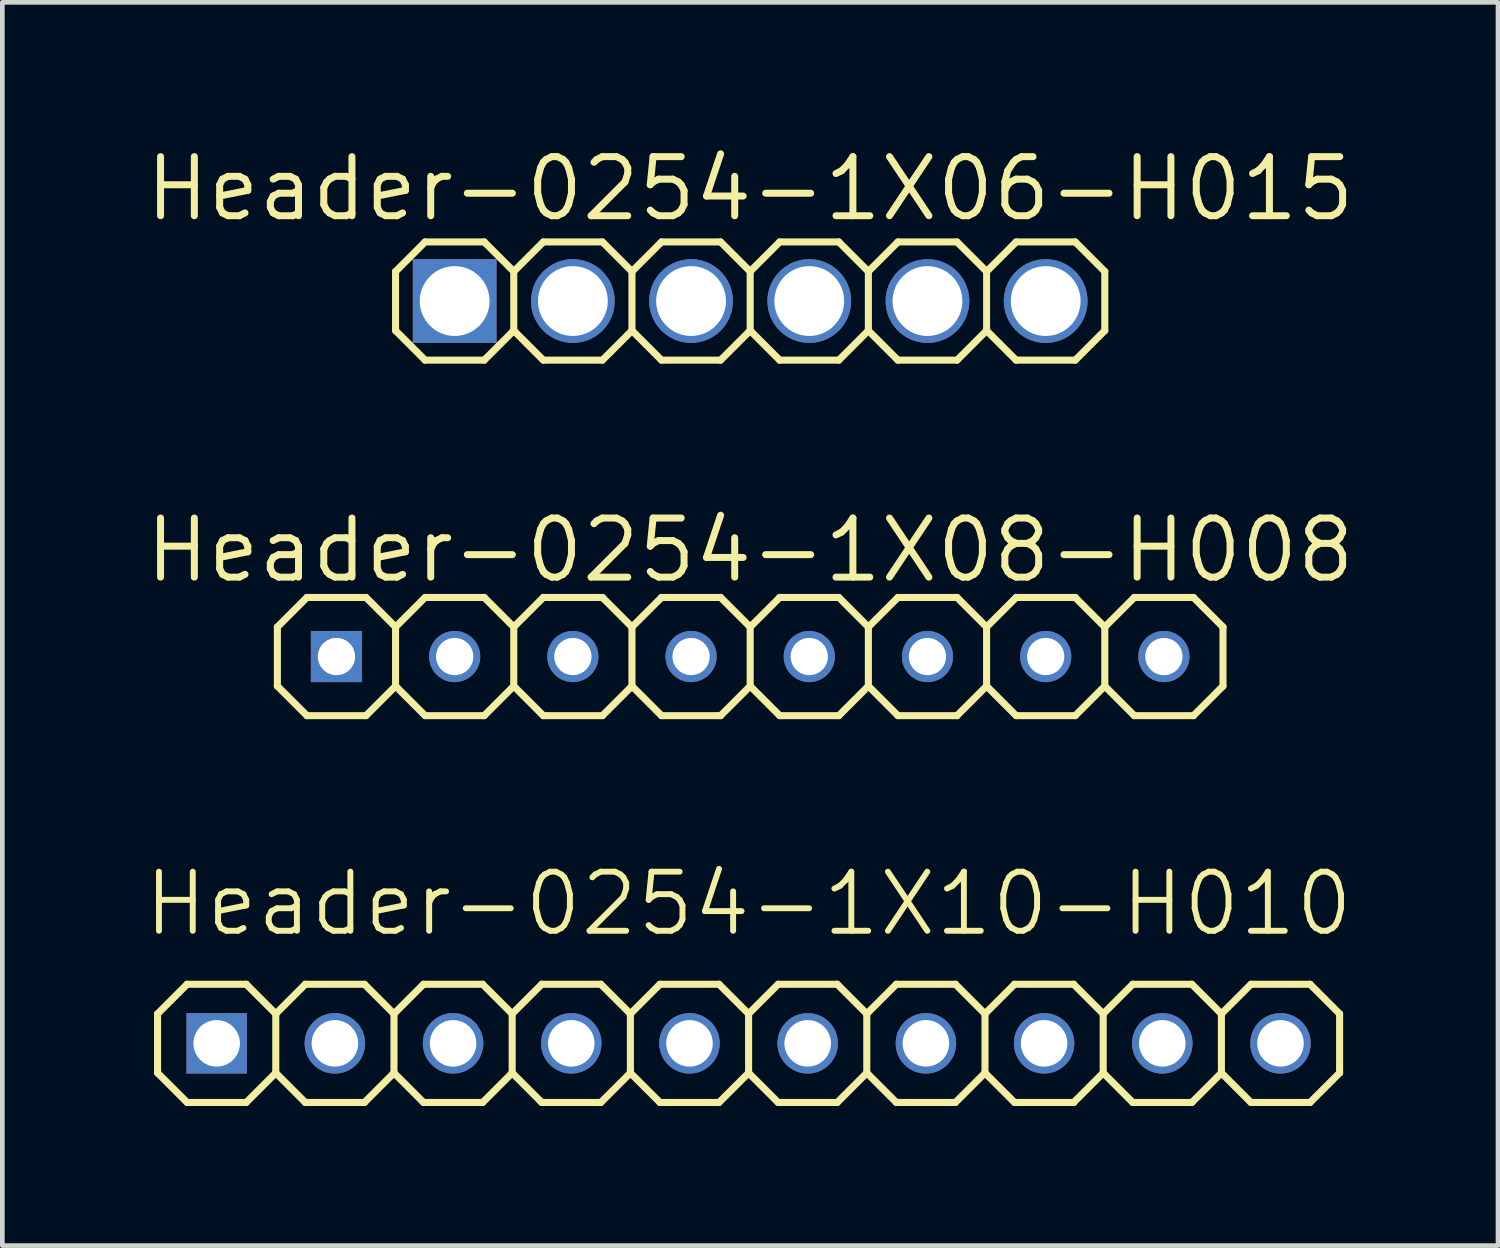
<source format=kicad_pcb>
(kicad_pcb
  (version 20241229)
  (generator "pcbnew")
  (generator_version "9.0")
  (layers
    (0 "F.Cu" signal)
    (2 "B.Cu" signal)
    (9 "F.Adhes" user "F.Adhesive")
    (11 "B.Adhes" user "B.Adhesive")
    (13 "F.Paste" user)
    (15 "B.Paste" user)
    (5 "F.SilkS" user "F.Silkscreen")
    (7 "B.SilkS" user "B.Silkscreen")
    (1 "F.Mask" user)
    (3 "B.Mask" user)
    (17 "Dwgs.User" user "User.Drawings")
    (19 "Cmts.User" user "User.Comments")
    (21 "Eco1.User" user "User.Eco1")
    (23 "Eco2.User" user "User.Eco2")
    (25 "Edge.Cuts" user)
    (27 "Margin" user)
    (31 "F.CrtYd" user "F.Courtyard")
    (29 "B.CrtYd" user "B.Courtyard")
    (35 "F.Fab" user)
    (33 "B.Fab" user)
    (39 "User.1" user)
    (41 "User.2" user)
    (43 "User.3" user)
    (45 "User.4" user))
  (footprint "Header-0254-1X08-H008"
    (layer "F.Cu")
    (at 13.07 11.058)
    (property "Reference" "Header-0254-1X08-H008" (at 0 -2.286 0) (layer "F.SilkS") (effects (font (size 1.27 1.27) (thickness 0.15))))
    (attr exclude_from_pos_files exclude_from_bom)
    (fp_line (start -10.16 -0.635) (end -10.16 0.635) (stroke (width 0.152) (type solid)) (layer "F.SilkS"))
    (fp_line (start -10.16 0.635) (end -9.525 1.27) (stroke (width 0.152) (type solid)) (layer "F.SilkS"))
    (fp_line (start -9.525 -1.27) (end -10.16 -0.635) (stroke (width 0.152) (type solid)) (layer "F.SilkS"))
    (fp_line (start -9.525 -1.27) (end -8.255 -1.27) (stroke (width 0.152) (type solid)) (layer "F.SilkS"))
    (fp_line (start -8.255 -1.27) (end -7.62 -0.635) (stroke (width 0.152) (type solid)) (layer "F.SilkS"))
    (fp_line (start -8.255 1.27) (end -9.525 1.27) (stroke (width 0.152) (type solid)) (layer "F.SilkS"))
    (fp_line (start -7.62 -0.635) (end -7.62 0.635) (stroke (width 0.152) (type solid)) (layer "F.SilkS"))
    (fp_line (start -7.62 -0.635) (end -6.985 -1.27) (stroke (width 0.152) (type solid)) (layer "F.SilkS"))
    (fp_line (start -7.62 0.635) (end -8.255 1.27) (stroke (width 0.152) (type solid)) (layer "F.SilkS"))
    (fp_line (start -6.985 -1.27) (end -5.715 -1.27) (stroke (width 0.152) (type solid)) (layer "F.SilkS"))
    (fp_line (start -6.985 1.27) (end -7.62 0.635) (stroke (width 0.152) (type solid)) (layer "F.SilkS"))
    (fp_line (start -5.715 -1.27) (end -5.08 -0.635) (stroke (width 0.152) (type solid)) (layer "F.SilkS"))
    (fp_line (start -5.715 1.27) (end -6.985 1.27) (stroke (width 0.152) (type solid)) (layer "F.SilkS"))
    (fp_line (start -5.08 -0.635) (end -5.08 0.635) (stroke (width 0.152) (type solid)) (layer "F.SilkS"))
    (fp_line (start -5.08 -0.635) (end -4.445 -1.27) (stroke (width 0.152) (type solid)) (layer "F.SilkS"))
    (fp_line (start -5.08 0.635) (end -5.715 1.27) (stroke (width 0.152) (type solid)) (layer "F.SilkS"))
    (fp_line (start -4.445 -1.27) (end -3.175 -1.27) (stroke (width 0.152) (type solid)) (layer "F.SilkS"))
    (fp_line (start -4.445 1.27) (end -5.08 0.635) (stroke (width 0.152) (type solid)) (layer "F.SilkS"))
    (fp_line (start -3.175 -1.27) (end -2.54 -0.635) (stroke (width 0.152) (type solid)) (layer "F.SilkS"))
    (fp_line (start -3.175 1.27) (end -4.445 1.27) (stroke (width 0.152) (type solid)) (layer "F.SilkS"))
    (fp_line (start -2.54 -0.635) (end -2.54 0.635) (stroke (width 0.152) (type solid)) (layer "F.SilkS"))
    (fp_line (start -2.54 0.635) (end -3.175 1.27) (stroke (width 0.152) (type solid)) (layer "F.SilkS"))
    (fp_line (start -2.54 0.635) (end -1.905 1.27) (stroke (width 0.152) (type solid)) (layer "F.SilkS"))
    (fp_line (start -1.905 -1.27) (end -2.54 -0.635) (stroke (width 0.152) (type solid)) (layer "F.SilkS"))
    (fp_line (start -1.905 -1.27) (end -0.635 -1.27) (stroke (width 0.152) (type solid)) (layer "F.SilkS"))
    (fp_line (start -0.635 -1.27) (end 0 -0.635) (stroke (width 0.152) (type solid)) (layer "F.SilkS"))
    (fp_line (start -0.635 1.27) (end -1.905 1.27) (stroke (width 0.152) (type solid)) (layer "F.SilkS"))
    (fp_line (start 0 -0.635) (end 0 0.635) (stroke (width 0.152) (type solid)) (layer "F.SilkS"))
    (fp_line (start 0 -0.635) (end 0.635 -1.27) (stroke (width 0.152) (type solid)) (layer "F.SilkS"))
    (fp_line (start 0 0.635) (end -0.635 1.27) (stroke (width 0.152) (type solid)) (layer "F.SilkS"))
    (fp_line (start 0.635 -1.27) (end 1.905 -1.27) (stroke (width 0.152) (type solid)) (layer "F.SilkS"))
    (fp_line (start 0.635 1.27) (end 0 0.635) (stroke (width 0.152) (type solid)) (layer "F.SilkS"))
    (fp_line (start 1.905 -1.27) (end 2.54 -0.635) (stroke (width 0.152) (type solid)) (layer "F.SilkS"))
    (fp_line (start 1.905 1.27) (end 0.635 1.27) (stroke (width 0.152) (type solid)) (layer "F.SilkS"))
    (fp_line (start 2.54 -0.635) (end 2.54 0.635) (stroke (width 0.152) (type solid)) (layer "F.SilkS"))
    (fp_line (start 2.54 -0.635) (end 3.175 -1.27) (stroke (width 0.152) (type solid)) (layer "F.SilkS"))
    (fp_line (start 2.54 0.635) (end 1.905 1.27) (stroke (width 0.152) (type solid)) (layer "F.SilkS"))
    (fp_line (start 3.175 -1.27) (end 4.445 -1.27) (stroke (width 0.152) (type solid)) (layer "F.SilkS"))
    (fp_line (start 3.175 1.27) (end 2.54 0.635) (stroke (width 0.152) (type solid)) (layer "F.SilkS"))
    (fp_line (start 4.445 -1.27) (end 5.08 -0.635) (stroke (width 0.152) (type solid)) (layer "F.SilkS"))
    (fp_line (start 4.445 1.27) (end 3.175 1.27) (stroke (width 0.152) (type solid)) (layer "F.SilkS"))
    (fp_line (start 5.08 -0.635) (end 5.08 0.635) (stroke (width 0.152) (type solid)) (layer "F.SilkS"))
    (fp_line (start 5.08 0.635) (end 4.445 1.27) (stroke (width 0.152) (type solid)) (layer "F.SilkS"))
    (fp_line (start 5.08 0.635) (end 5.715 1.27) (stroke (width 0.152) (type solid)) (layer "F.SilkS"))
    (fp_line (start 5.715 -1.27) (end 5.08 -0.635) (stroke (width 0.152) (type solid)) (layer "F.SilkS"))
    (fp_line (start 5.715 -1.27) (end 6.985 -1.27) (stroke (width 0.152) (type solid)) (layer "F.SilkS"))
    (fp_line (start 6.985 -1.27) (end 7.62 -0.635) (stroke (width 0.152) (type solid)) (layer "F.SilkS"))
    (fp_line (start 6.985 1.27) (end 5.715 1.27) (stroke (width 0.152) (type solid)) (layer "F.SilkS"))
    (fp_line (start 7.62 -0.635) (end 7.62 0.635) (stroke (width 0.152) (type solid)) (layer "F.SilkS"))
    (fp_line (start 7.62 0.635) (end 6.985 1.27) (stroke (width 0.152) (type solid)) (layer "F.SilkS"))
    (fp_line (start 7.62 0.635) (end 8.255 1.27) (stroke (width 0.152) (type solid)) (layer "F.SilkS"))
    (fp_line (start 8.255 -1.27) (end 7.62 -0.635) (stroke (width 0.152) (type solid)) (layer "F.SilkS"))
    (fp_line (start 8.255 -1.27) (end 9.525 -1.27) (stroke (width 0.152) (type solid)) (layer "F.SilkS"))
    (fp_line (start 9.525 -1.27) (end 10.16 -0.635) (stroke (width 0.152) (type solid)) (layer "F.SilkS"))
    (fp_line (start 9.525 1.27) (end 8.255 1.27) (stroke (width 0.152) (type solid)) (layer "F.SilkS"))
    (fp_line (start 10.16 -0.635) (end 10.16 0.635) (stroke (width 0.152) (type solid)) (layer "F.SilkS"))
    (fp_line (start 10.16 0.635) (end 9.525 1.27) (stroke (width 0.152) (type solid)) (layer "F.SilkS"))
    (pad "1" thru_hole rect (at -8.89 0 180) (size 1.1 1.1) (drill 0.8) (layers "*.Cu" "*.Mask"))
    (pad "2" thru_hole circle (at -6.35 0 180) (size 1.1 1.1) (drill 0.8) (layers "*.Cu" "*.Mask"))
    (pad "3" thru_hole circle (at -3.81 0 180) (size 1.1 1.1) (drill 0.8) (layers "*.Cu" "*.Mask"))
    (pad "4" thru_hole circle (at -1.27 0 180) (size 1.1 1.1) (drill 0.8) (layers "*.Cu" "*.Mask"))
    (pad "5" thru_hole circle (at 1.27 0 180) (size 1.1 1.1) (drill 0.8) (layers "*.Cu" "*.Mask"))
    (pad "6" thru_hole circle (at 3.81 0 180) (size 1.1 1.1) (drill 0.8) (layers "*.Cu" "*.Mask"))
    (pad "7" thru_hole circle (at 6.35 0 180) (size 1.1 1.1) (drill 0.8) (layers "*.Cu" "*.Mask"))
    (pad "8" thru_hole circle (at 8.89 0 180) (size 1.1 1.1) (drill 0.8) (layers "*.Cu" "*.Mask")))
  (footprint "Header-0254-1X10-H010"
    (layer "F.Cu")
    (at 13.036 19.37)
    (property "Reference" "Header-0254-1X10-H010" (at 0 -3 0) (layer "F.SilkS") (effects (font (size 1.27 1.27) (thickness 0.127))))
    (attr exclude_from_pos_files exclude_from_bom)
    (fp_line (start -12.7 -0.635) (end -12.7 0.635) (stroke (width 0.152) (type solid)) (layer "F.SilkS"))
    (fp_line (start -12.7 0.635) (end -12.065 1.27) (stroke (width 0.152) (type solid)) (layer "F.SilkS"))
    (fp_line (start -12.065 -1.27) (end -12.7 -0.635) (stroke (width 0.152) (type solid)) (layer "F.SilkS"))
    (fp_line (start -12.065 -1.27) (end -10.795 -1.27) (stroke (width 0.152) (type solid)) (layer "F.SilkS"))
    (fp_line (start -10.795 -1.27) (end -10.16 -0.635) (stroke (width 0.152) (type solid)) (layer "F.SilkS"))
    (fp_line (start -10.795 1.27) (end -12.065 1.27) (stroke (width 0.152) (type solid)) (layer "F.SilkS"))
    (fp_line (start -10.16 -0.635) (end -10.16 0.635) (stroke (width 0.152) (type solid)) (layer "F.SilkS"))
    (fp_line (start -10.16 -0.635) (end -9.525 -1.27) (stroke (width 0.152) (type solid)) (layer "F.SilkS"))
    (fp_line (start -10.16 0.635) (end -10.795 1.27) (stroke (width 0.152) (type solid)) (layer "F.SilkS"))
    (fp_line (start -9.525 -1.27) (end -8.255 -1.27) (stroke (width 0.152) (type solid)) (layer "F.SilkS"))
    (fp_line (start -9.525 1.27) (end -10.16 0.635) (stroke (width 0.152) (type solid)) (layer "F.SilkS"))
    (fp_line (start -8.255 -1.27) (end -7.62 -0.635) (stroke (width 0.152) (type solid)) (layer "F.SilkS"))
    (fp_line (start -8.255 1.27) (end -9.525 1.27) (stroke (width 0.152) (type solid)) (layer "F.SilkS"))
    (fp_line (start -7.62 -0.635) (end -7.62 0.635) (stroke (width 0.152) (type solid)) (layer "F.SilkS"))
    (fp_line (start -7.62 -0.635) (end -6.985 -1.27) (stroke (width 0.152) (type solid)) (layer "F.SilkS"))
    (fp_line (start -7.62 0.635) (end -8.255 1.27) (stroke (width 0.152) (type solid)) (layer "F.SilkS"))
    (fp_line (start -6.985 -1.27) (end -5.715 -1.27) (stroke (width 0.152) (type solid)) (layer "F.SilkS"))
    (fp_line (start -6.985 1.27) (end -7.62 0.635) (stroke (width 0.152) (type solid)) (layer "F.SilkS"))
    (fp_line (start -5.715 -1.27) (end -5.08 -0.635) (stroke (width 0.152) (type solid)) (layer "F.SilkS"))
    (fp_line (start -5.715 1.27) (end -6.985 1.27) (stroke (width 0.152) (type solid)) (layer "F.SilkS"))
    (fp_line (start -5.08 -0.635) (end -5.08 0.635) (stroke (width 0.152) (type solid)) (layer "F.SilkS"))
    (fp_line (start -5.08 0.635) (end -5.715 1.27) (stroke (width 0.152) (type solid)) (layer "F.SilkS"))
    (fp_line (start -5.08 0.635) (end -4.445 1.27) (stroke (width 0.152) (type solid)) (layer "F.SilkS"))
    (fp_line (start -4.445 -1.27) (end -5.08 -0.635) (stroke (width 0.152) (type solid)) (layer "F.SilkS"))
    (fp_line (start -4.445 -1.27) (end -3.175 -1.27) (stroke (width 0.152) (type solid)) (layer "F.SilkS"))
    (fp_line (start -3.175 -1.27) (end -2.54 -0.635) (stroke (width 0.152) (type solid)) (layer "F.SilkS"))
    (fp_line (start -3.175 1.27) (end -4.445 1.27) (stroke (width 0.152) (type solid)) (layer "F.SilkS"))
    (fp_line (start -2.54 -0.635) (end -2.54 0.635) (stroke (width 0.152) (type solid)) (layer "F.SilkS"))
    (fp_line (start -2.54 -0.635) (end -1.905 -1.27) (stroke (width 0.152) (type solid)) (layer "F.SilkS"))
    (fp_line (start -2.54 0.635) (end -3.175 1.27) (stroke (width 0.152) (type solid)) (layer "F.SilkS"))
    (fp_line (start -1.905 -1.27) (end -0.635 -1.27) (stroke (width 0.152) (type solid)) (layer "F.SilkS"))
    (fp_line (start -1.905 1.27) (end -2.54 0.635) (stroke (width 0.152) (type solid)) (layer "F.SilkS"))
    (fp_line (start -0.635 -1.27) (end 0 -0.635) (stroke (width 0.152) (type solid)) (layer "F.SilkS"))
    (fp_line (start -0.635 1.27) (end -1.905 1.27) (stroke (width 0.152) (type solid)) (layer "F.SilkS"))
    (fp_line (start 0 -0.635) (end 0 0.635) (stroke (width 0.152) (type solid)) (layer "F.SilkS"))
    (fp_line (start 0 -0.635) (end 0.635 -1.27) (stroke (width 0.152) (type solid)) (layer "F.SilkS"))
    (fp_line (start 0 0.635) (end -0.635 1.27) (stroke (width 0.152) (type solid)) (layer "F.SilkS"))
    (fp_line (start 0.635 -1.27) (end 1.905 -1.27) (stroke (width 0.152) (type solid)) (layer "F.SilkS"))
    (fp_line (start 0.635 1.27) (end 0 0.635) (stroke (width 0.152) (type solid)) (layer "F.SilkS"))
    (fp_line (start 1.905 -1.27) (end 2.54 -0.635) (stroke (width 0.152) (type solid)) (layer "F.SilkS"))
    (fp_line (start 1.905 1.27) (end 0.635 1.27) (stroke (width 0.152) (type solid)) (layer "F.SilkS"))
    (fp_line (start 2.54 -0.635) (end 2.54 0.635) (stroke (width 0.152) (type solid)) (layer "F.SilkS"))
    (fp_line (start 2.54 0.635) (end 1.905 1.27) (stroke (width 0.152) (type solid)) (layer "F.SilkS"))
    (fp_line (start 2.54 0.635) (end 3.175 1.27) (stroke (width 0.152) (type solid)) (layer "F.SilkS"))
    (fp_line (start 3.175 -1.27) (end 2.54 -0.635) (stroke (width 0.152) (type solid)) (layer "F.SilkS"))
    (fp_line (start 3.175 -1.27) (end 4.445 -1.27) (stroke (width 0.152) (type solid)) (layer "F.SilkS"))
    (fp_line (start 4.445 -1.27) (end 5.08 -0.635) (stroke (width 0.152) (type solid)) (layer "F.SilkS"))
    (fp_line (start 4.445 1.27) (end 3.175 1.27) (stroke (width 0.152) (type solid)) (layer "F.SilkS"))
    (fp_line (start 5.08 -0.635) (end 5.08 0.635) (stroke (width 0.152) (type solid)) (layer "F.SilkS"))
    (fp_line (start 5.08 -0.635) (end 5.715 -1.27) (stroke (width 0.152) (type solid)) (layer "F.SilkS"))
    (fp_line (start 5.08 0.635) (end 4.445 1.27) (stroke (width 0.152) (type solid)) (layer "F.SilkS"))
    (fp_line (start 5.715 -1.27) (end 6.985 -1.27) (stroke (width 0.152) (type solid)) (layer "F.SilkS"))
    (fp_line (start 5.715 1.27) (end 5.08 0.635) (stroke (width 0.152) (type solid)) (layer "F.SilkS"))
    (fp_line (start 6.985 -1.27) (end 7.62 -0.635) (stroke (width 0.152) (type solid)) (layer "F.SilkS"))
    (fp_line (start 6.985 1.27) (end 5.715 1.27) (stroke (width 0.152) (type solid)) (layer "F.SilkS"))
    (fp_line (start 7.62 -0.635) (end 7.62 0.635) (stroke (width 0.152) (type solid)) (layer "F.SilkS"))
    (fp_line (start 7.62 -0.635) (end 8.255 -1.27) (stroke (width 0.152) (type solid)) (layer "F.SilkS"))
    (fp_line (start 7.62 0.635) (end 6.985 1.27) (stroke (width 0.152) (type solid)) (layer "F.SilkS"))
    (fp_line (start 8.255 -1.27) (end 9.525 -1.27) (stroke (width 0.152) (type solid)) (layer "F.SilkS"))
    (fp_line (start 8.255 1.27) (end 7.62 0.635) (stroke (width 0.152) (type solid)) (layer "F.SilkS"))
    (fp_line (start 9.525 -1.27) (end 10.16 -0.635) (stroke (width 0.152) (type solid)) (layer "F.SilkS"))
    (fp_line (start 9.525 1.27) (end 8.255 1.27) (stroke (width 0.152) (type solid)) (layer "F.SilkS"))
    (fp_line (start 10.16 -0.635) (end 10.16 0.635) (stroke (width 0.152) (type solid)) (layer "F.SilkS"))
    (fp_line (start 10.16 0.635) (end 9.525 1.27) (stroke (width 0.152) (type solid)) (layer "F.SilkS"))
    (fp_line (start 10.16 0.635) (end 10.795 1.27) (stroke (width 0.152) (type solid)) (layer "F.SilkS"))
    (fp_line (start 10.795 -1.27) (end 10.16 -0.635) (stroke (width 0.152) (type solid)) (layer "F.SilkS"))
    (fp_line (start 10.795 -1.27) (end 12.065 -1.27) (stroke (width 0.152) (type solid)) (layer "F.SilkS"))
    (fp_line (start 11.176 -0.254) (end 11.684 -0.254) (stroke (width 0.066) (type solid)) (layer "F.SilkS"))
    (fp_line (start 11.176 0.254) (end 11.176 -0.254) (stroke (width 0.066) (type solid)) (layer "F.SilkS"))
    (fp_line (start 11.176 0.254) (end 11.684 0.254) (stroke (width 0.066) (type solid)) (layer "F.SilkS"))
    (fp_line (start 11.684 0.254) (end 11.684 -0.254) (stroke (width 0.066) (type solid)) (layer "F.SilkS"))
    (fp_line (start 12.065 -1.27) (end 12.7 -0.635) (stroke (width 0.152) (type solid)) (layer "F.SilkS"))
    (fp_line (start 12.065 1.27) (end 10.795 1.27) (stroke (width 0.152) (type solid)) (layer "F.SilkS"))
    (fp_line (start 12.7 -0.635) (end 12.7 0.635) (stroke (width 0.152) (type solid)) (layer "F.SilkS"))
    (fp_line (start 12.7 0.635) (end 12.065 1.27) (stroke (width 0.152) (type solid)) (layer "F.SilkS"))
    (pad "1" thru_hole rect (at -11.43 0 180) (size 1.3 1.3) (drill 1) (layers "*.Cu" "*.Mask"))
    (pad "2" thru_hole circle (at -8.89 0 180) (size 1.3 1.3) (drill 1) (layers "*.Cu" "*.Mask"))
    (pad "3" thru_hole circle (at -6.35 0 180) (size 1.3 1.3) (drill 1) (layers "*.Cu" "*.Mask"))
    (pad "4" thru_hole circle (at -3.81 0 180) (size 1.3 1.3) (drill 1) (layers "*.Cu" "*.Mask"))
    (pad "5" thru_hole circle (at -1.27 0 180) (size 1.3 1.3) (drill 1) (layers "*.Cu" "*.Mask"))
    (pad "6" thru_hole circle (at 1.27 0 180) (size 1.3 1.3) (drill 1) (layers "*.Cu" "*.Mask"))
    (pad "7" thru_hole circle (at 3.81 0 180) (size 1.3 1.3) (drill 1) (layers "*.Cu" "*.Mask"))
    (pad "8" thru_hole circle (at 6.35 0 180) (size 1.3 1.3) (drill 1) (layers "*.Cu" "*.Mask"))
    (pad "9" thru_hole circle (at 8.89 0 180) (size 1.3 1.3) (drill 1) (layers "*.Cu" "*.Mask"))
    (pad "10" thru_hole circle (at 11.43 0 180) (size 1.3 1.3) (drill 1) (layers "*.Cu" "*.Mask")))
  (footprint "Header-0254-1X06-H015"
    (layer "F.Cu")
    (at 13.07 3.419)
    (property "Reference" "Header-0254-1X06-H015" (at 0 -2.413 0) (layer "F.SilkS") (effects (font (size 1.27 1.27) (thickness 0.15))))
    (attr exclude_from_pos_files exclude_from_bom)
    (fp_line (start -7.62 -0.635) (end -7.62 0.635) (stroke (width 0.152) (type solid)) (layer "F.SilkS"))
    (fp_line (start -7.62 0.635) (end -6.985 1.27) (stroke (width 0.152) (type solid)) (layer "F.SilkS"))
    (fp_line (start -6.985 -1.27) (end -7.62 -0.635) (stroke (width 0.152) (type solid)) (layer "F.SilkS"))
    (fp_line (start -6.985 -1.27) (end -5.715 -1.27) (stroke (width 0.152) (type solid)) (layer "F.SilkS"))
    (fp_line (start -5.715 -1.27) (end -5.08 -0.635) (stroke (width 0.152) (type solid)) (layer "F.SilkS"))
    (fp_line (start -5.715 1.27) (end -6.985 1.27) (stroke (width 0.152) (type solid)) (layer "F.SilkS"))
    (fp_line (start -5.08 -0.635) (end -5.08 0.635) (stroke (width 0.152) (type solid)) (layer "F.SilkS"))
    (fp_line (start -5.08 -0.635) (end -4.445 -1.27) (stroke (width 0.152) (type solid)) (layer "F.SilkS"))
    (fp_line (start -5.08 0.635) (end -5.715 1.27) (stroke (width 0.152) (type solid)) (layer "F.SilkS"))
    (fp_line (start -4.445 -1.27) (end -3.175 -1.27) (stroke (width 0.152) (type solid)) (layer "F.SilkS"))
    (fp_line (start -4.445 1.27) (end -5.08 0.635) (stroke (width 0.152) (type solid)) (layer "F.SilkS"))
    (fp_line (start -3.175 -1.27) (end -2.54 -0.635) (stroke (width 0.152) (type solid)) (layer "F.SilkS"))
    (fp_line (start -3.175 1.27) (end -4.445 1.27) (stroke (width 0.152) (type solid)) (layer "F.SilkS"))
    (fp_line (start -2.54 -0.635) (end -2.54 0.635) (stroke (width 0.152) (type solid)) (layer "F.SilkS"))
    (fp_line (start -2.54 -0.635) (end -1.905 -1.27) (stroke (width 0.152) (type solid)) (layer "F.SilkS"))
    (fp_line (start -2.54 0.635) (end -3.175 1.27) (stroke (width 0.152) (type solid)) (layer "F.SilkS"))
    (fp_line (start -1.905 -1.27) (end -0.635 -1.27) (stroke (width 0.152) (type solid)) (layer "F.SilkS"))
    (fp_line (start -1.905 1.27) (end -2.54 0.635) (stroke (width 0.152) (type solid)) (layer "F.SilkS"))
    (fp_line (start -0.635 -1.27) (end 0 -0.635) (stroke (width 0.152) (type solid)) (layer "F.SilkS"))
    (fp_line (start -0.635 1.27) (end -1.905 1.27) (stroke (width 0.152) (type solid)) (layer "F.SilkS"))
    (fp_line (start 0 -0.635) (end 0 0.635) (stroke (width 0.152) (type solid)) (layer "F.SilkS"))
    (fp_line (start 0 0.635) (end -0.635 1.27) (stroke (width 0.152) (type solid)) (layer "F.SilkS"))
    (fp_line (start 0 0.635) (end 0.635 1.27) (stroke (width 0.152) (type solid)) (layer "F.SilkS"))
    (fp_line (start 0.635 -1.27) (end 0 -0.635) (stroke (width 0.152) (type solid)) (layer "F.SilkS"))
    (fp_line (start 0.635 -1.27) (end 1.905 -1.27) (stroke (width 0.152) (type solid)) (layer "F.SilkS"))
    (fp_line (start 1.905 -1.27) (end 2.54 -0.635) (stroke (width 0.152) (type solid)) (layer "F.SilkS"))
    (fp_line (start 1.905 1.27) (end 0.635 1.27) (stroke (width 0.152) (type solid)) (layer "F.SilkS"))
    (fp_line (start 2.54 -0.635) (end 2.54 0.635) (stroke (width 0.152) (type solid)) (layer "F.SilkS"))
    (fp_line (start 2.54 -0.635) (end 3.175 -1.27) (stroke (width 0.152) (type solid)) (layer "F.SilkS"))
    (fp_line (start 2.54 0.635) (end 1.905 1.27) (stroke (width 0.152) (type solid)) (layer "F.SilkS"))
    (fp_line (start 3.175 -1.27) (end 4.445 -1.27) (stroke (width 0.152) (type solid)) (layer "F.SilkS"))
    (fp_line (start 3.175 1.27) (end 2.54 0.635) (stroke (width 0.152) (type solid)) (layer "F.SilkS"))
    (fp_line (start 4.445 -1.27) (end 5.08 -0.635) (stroke (width 0.152) (type solid)) (layer "F.SilkS"))
    (fp_line (start 4.445 1.27) (end 3.175 1.27) (stroke (width 0.152) (type solid)) (layer "F.SilkS"))
    (fp_line (start 5.08 -0.635) (end 5.08 0.635) (stroke (width 0.15) (type solid)) (layer "F.SilkS"))
    (fp_line (start 5.08 0.635) (end 4.445 1.27) (stroke (width 0.152) (type solid)) (layer "F.SilkS"))
    (fp_line (start 5.08 0.635) (end 5.715 1.27) (stroke (width 0.152) (type solid)) (layer "F.SilkS"))
    (fp_line (start 5.715 -1.27) (end 5.08 -0.635) (stroke (width 0.152) (type solid)) (layer "F.SilkS"))
    (fp_line (start 5.715 -1.27) (end 6.985 -1.27) (stroke (width 0.152) (type solid)) (layer "F.SilkS"))
    (fp_line (start 6.985 -1.27) (end 7.62 -0.635) (stroke (width 0.152) (type solid)) (layer "F.SilkS"))
    (fp_line (start 6.985 1.27) (end 5.715 1.27) (stroke (width 0.152) (type solid)) (layer "F.SilkS"))
    (fp_line (start 7.62 -0.635) (end 7.62 0.635) (stroke (width 0.152) (type solid)) (layer "F.SilkS"))
    (fp_line (start 7.62 0.635) (end 6.985 1.27) (stroke (width 0.152) (type solid)) (layer "F.SilkS"))
    (pad "1" thru_hole trapezoid (at -6.35 0 180) (size 1.8 1.8) (drill 1.5) (layers "*.Cu" "*.Mask"))
    (pad "2" thru_hole circle (at -3.81 0 180) (size 1.8 1.8) (drill 1.5) (layers "*.Cu" "*.Mask"))
    (pad "3" thru_hole circle (at -1.27 0 180) (size 1.8 1.8) (drill 1.5) (layers "*.Cu" "*.Mask"))
    (pad "4" thru_hole circle (at 1.27 0 180) (size 1.8 1.8) (drill 1.5) (layers "*.Cu" "*.Mask"))
    (pad "5" thru_hole circle (at 3.81 0 180) (size 1.8 1.8) (drill 1.5) (layers "*.Cu" "*.Mask"))
    (pad "6" thru_hole circle (at 6.35 0 180) (size 1.8 1.8) (drill 1.5) (layers "*.Cu" "*.Mask")))
  (gr_rect
    (start -3 -3)
    (end 29.14 23.716)
    (stroke (width 0.1) (type default))
    (fill no)
    (layer "Edge.Cuts")))
</source>
